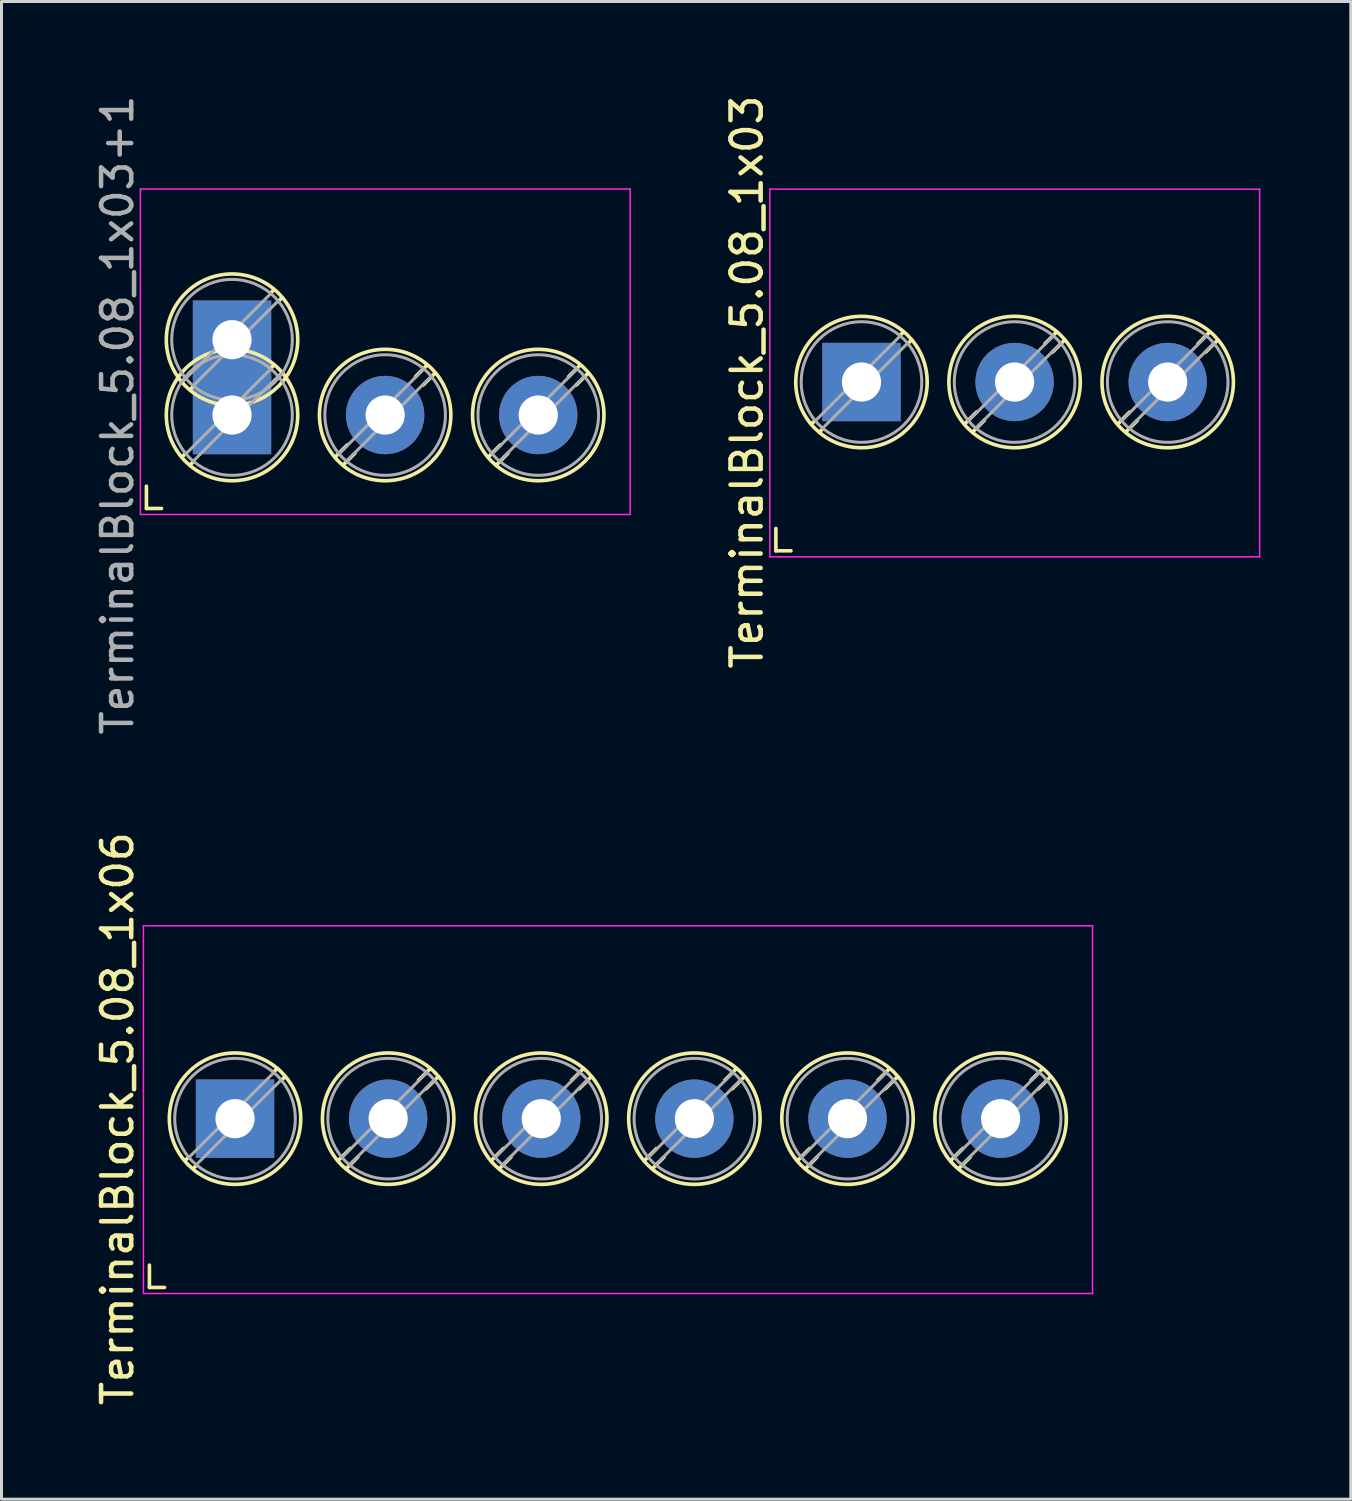
<source format=kicad_pcb>
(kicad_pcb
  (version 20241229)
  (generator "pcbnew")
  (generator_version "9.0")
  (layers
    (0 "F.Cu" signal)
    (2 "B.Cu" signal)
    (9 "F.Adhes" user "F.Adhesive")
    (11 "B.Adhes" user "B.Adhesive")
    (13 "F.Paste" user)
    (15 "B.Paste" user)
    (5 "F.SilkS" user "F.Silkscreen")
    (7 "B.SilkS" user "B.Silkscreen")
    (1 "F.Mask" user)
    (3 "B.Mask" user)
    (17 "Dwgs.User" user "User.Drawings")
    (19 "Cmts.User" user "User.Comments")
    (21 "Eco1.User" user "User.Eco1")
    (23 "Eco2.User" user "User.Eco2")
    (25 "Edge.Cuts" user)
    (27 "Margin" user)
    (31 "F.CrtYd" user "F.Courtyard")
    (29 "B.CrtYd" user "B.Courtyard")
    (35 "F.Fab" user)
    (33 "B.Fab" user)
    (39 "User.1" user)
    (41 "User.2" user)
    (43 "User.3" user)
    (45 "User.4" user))
  (footprint "TerminalBlock_5.08_1x06"
    (layer "F.Cu")
    (at 4.748 34.065)
    (property "Reference" "TerminalBlock_5.08_1x06" (at -3.9 0 90) (layer "F.SilkS") (effects (font (size 1 1) (thickness 0.15))))
    (attr through_hole)
    (fp_line (start -2.84 4.86) (end -2.84 5.6) (stroke (width 0.12) (type solid)) (layer "F.SilkS"))
    (fp_line (start -2.84 5.6) (end -2.34 5.6) (stroke (width 0.12) (type solid)) (layer "F.SilkS"))
    (fp_line (start -1.548 1.281) (end -1.654 1.388) (stroke (width 0.12) (type solid)) (layer "F.SilkS"))
    (fp_line (start -1.282 1.547) (end -1.388 1.654) (stroke (width 0.12) (type solid)) (layer "F.SilkS"))
    (fp_line (start 1.388 -1.654) (end 1.281 -1.547) (stroke (width 0.12) (type solid)) (layer "F.SilkS"))
    (fp_line (start 1.654 -1.388) (end 1.547 -1.281) (stroke (width 0.12) (type solid)) (layer "F.SilkS"))
    (fp_line (start 3.822 0.992) (end 3.427 1.388) (stroke (width 0.12) (type solid)) (layer "F.SilkS"))
    (fp_line (start 4.073 1.274) (end 3.693 1.654) (stroke (width 0.12) (type solid)) (layer "F.SilkS"))
    (fp_line (start 6.468 -1.654) (end 6.088 -1.274) (stroke (width 0.12) (type solid)) (layer "F.SilkS"))
    (fp_line (start 6.734 -1.388) (end 6.339 -0.992) (stroke (width 0.12) (type solid)) (layer "F.SilkS"))
    (fp_line (start 8.902 0.992) (end 8.507 1.388) (stroke (width 0.12) (type solid)) (layer "F.SilkS"))
    (fp_line (start 9.153 1.274) (end 8.773 1.654) (stroke (width 0.12) (type solid)) (layer "F.SilkS"))
    (fp_line (start 11.548 -1.654) (end 11.168 -1.274) (stroke (width 0.12) (type solid)) (layer "F.SilkS"))
    (fp_line (start 11.814 -1.388) (end 11.419 -0.992) (stroke (width 0.12) (type solid)) (layer "F.SilkS"))
    (fp_line (start 13.982 0.992) (end 13.587 1.388) (stroke (width 0.12) (type solid)) (layer "F.SilkS"))
    (fp_line (start 14.233 1.274) (end 13.853 1.654) (stroke (width 0.12) (type solid)) (layer "F.SilkS"))
    (fp_line (start 16.628 -1.654) (end 16.248 -1.274) (stroke (width 0.12) (type solid)) (layer "F.SilkS"))
    (fp_line (start 16.894 -1.388) (end 16.499 -0.992) (stroke (width 0.12) (type solid)) (layer "F.SilkS"))
    (fp_line (start 19.062 0.992) (end 18.667 1.388) (stroke (width 0.12) (type solid)) (layer "F.SilkS"))
    (fp_line (start 19.313 1.274) (end 18.933 1.654) (stroke (width 0.12) (type solid)) (layer "F.SilkS"))
    (fp_line (start 21.708 -1.654) (end 21.328 -1.274) (stroke (width 0.12) (type solid)) (layer "F.SilkS"))
    (fp_line (start 21.974 -1.388) (end 21.579 -0.992) (stroke (width 0.12) (type solid)) (layer "F.SilkS"))
    (fp_line (start 24.142 0.992) (end 23.747 1.388) (stroke (width 0.12) (type solid)) (layer "F.SilkS"))
    (fp_line (start 24.393 1.274) (end 24.013 1.654) (stroke (width 0.12) (type solid)) (layer "F.SilkS"))
    (fp_line (start 26.788 -1.654) (end 26.408 -1.274) (stroke (width 0.12) (type solid)) (layer "F.SilkS"))
    (fp_line (start 27.054 -1.388) (end 26.659 -0.992) (stroke (width 0.12) (type solid)) (layer "F.SilkS"))
    (fp_circle (center 0 0) (end 2.18 0) (stroke (width 0.12) (type solid)) (fill no) (layer "F.SilkS"))
    (fp_circle (center 5.08 0) (end 7.26 0) (stroke (width 0.12) (type solid)) (fill no) (layer "F.SilkS"))
    (fp_circle (center 10.16 0) (end 12.34 0) (stroke (width 0.12) (type solid)) (fill no) (layer "F.SilkS"))
    (fp_circle (center 15.24 0) (end 17.42 0) (stroke (width 0.12) (type solid)) (fill no) (layer "F.SilkS"))
    (fp_circle (center 20.32 0) (end 22.5 0) (stroke (width 0.12) (type solid)) (fill no) (layer "F.SilkS"))
    (fp_circle (center 25.4 0) (end 27.58 0) (stroke (width 0.12) (type solid)) (fill no) (layer "F.SilkS"))
    (fp_line (start -3.04 -6.4) (end -3.04 5.8) (stroke (width 0.05) (type solid)) (layer "F.CrtYd"))
    (fp_line (start -3.04 5.8) (end 28.45 5.8) (stroke (width 0.05) (type solid)) (layer "F.CrtYd"))
    (fp_line (start 28.45 -6.4) (end -3.04 -6.4) (stroke (width 0.05) (type solid)) (layer "F.CrtYd"))
    (fp_line (start 28.45 5.8) (end 28.45 -6.4) (stroke (width 0.05) (type solid)) (layer "F.CrtYd"))
    (fp_line (start 1.273 -1.517) (end -1.517 1.273) (stroke (width 0.1) (type solid)) (layer "F.Fab"))
    (fp_line (start 1.517 -1.273) (end -1.273 1.517) (stroke (width 0.1) (type solid)) (layer "F.Fab"))
    (fp_line (start 6.353 -1.517) (end 3.564 1.273) (stroke (width 0.1) (type solid)) (layer "F.Fab"))
    (fp_line (start 6.597 -1.273) (end 3.808 1.517) (stroke (width 0.1) (type solid)) (layer "F.Fab"))
    (fp_line (start 11.433 -1.517) (end 8.644 1.273) (stroke (width 0.1) (type solid)) (layer "F.Fab"))
    (fp_line (start 11.677 -1.273) (end 8.888 1.517) (stroke (width 0.1) (type solid)) (layer "F.Fab"))
    (fp_line (start 16.513 -1.517) (end 13.724 1.273) (stroke (width 0.1) (type solid)) (layer "F.Fab"))
    (fp_line (start 16.757 -1.273) (end 13.968 1.517) (stroke (width 0.1) (type solid)) (layer "F.Fab"))
    (fp_line (start 21.593 -1.517) (end 18.804 1.273) (stroke (width 0.1) (type solid)) (layer "F.Fab"))
    (fp_line (start 21.837 -1.273) (end 19.048 1.517) (stroke (width 0.1) (type solid)) (layer "F.Fab"))
    (fp_line (start 26.673 -1.517) (end 23.884 1.273) (stroke (width 0.1) (type solid)) (layer "F.Fab"))
    (fp_line (start 26.917 -1.273) (end 24.128 1.517) (stroke (width 0.1) (type solid)) (layer "F.Fab"))
    (fp_circle (center 0 0) (end 2 0) (stroke (width 0.1) (type solid)) (fill no) (layer "F.Fab"))
    (fp_circle (center 5.08 0) (end 7.08 0) (stroke (width 0.1) (type solid)) (fill no) (layer "F.Fab"))
    (fp_circle (center 10.16 0) (end 12.16 0) (stroke (width 0.1) (type solid)) (fill no) (layer "F.Fab"))
    (fp_circle (center 15.24 0) (end 17.24 0) (stroke (width 0.1) (type solid)) (fill no) (layer "F.Fab"))
    (fp_circle (center 20.32 0) (end 22.32 0) (stroke (width 0.1) (type solid)) (fill no) (layer "F.Fab"))
    (fp_circle (center 25.4 0) (end 27.4 0) (stroke (width 0.1) (type solid)) (fill no) (layer "F.Fab"))
    (pad "1" thru_hole rect (at 0 0) (size 2.6 2.6) (drill 1.3) (layers "*.Cu" "*.Mask"))
    (pad "2" thru_hole circle (at 5.08 0) (size 2.6 2.6) (drill 1.3) (layers "*.Cu" "*.Mask"))
    (pad "3" thru_hole circle (at 10.16 0) (size 2.6 2.6) (drill 1.3) (layers "*.Cu" "*.Mask"))
    (pad "4" thru_hole circle (at 15.24 0) (size 2.6 2.6) (drill 1.3) (layers "*.Cu" "*.Mask"))
    (pad "5" thru_hole circle (at 20.32 0) (size 2.6 2.6) (drill 1.3) (layers "*.Cu" "*.Mask"))
    (pad "6" thru_hole circle (at 25.4 0) (size 2.6 2.6) (drill 1.3) (layers "*.Cu" "*.Mask")))
  (footprint "TerminalBlock_5.08_1x03"
    (layer "F.Cu")
    (at 25.532 9.625)
    (property "Reference" "TerminalBlock_5.08_1x03" (at -3.8 0 90) (layer "F.SilkS") (effects (font (size 1 1) (thickness 0.15))))
    (attr through_hole)
    (fp_line (start -2.84 4.86) (end -2.84 5.6) (stroke (width 0.12) (type solid)) (layer "F.SilkS"))
    (fp_line (start -2.84 5.6) (end -2.34 5.6) (stroke (width 0.12) (type solid)) (layer "F.SilkS"))
    (fp_line (start -1.548 1.281) (end -1.654 1.388) (stroke (width 0.12) (type solid)) (layer "F.SilkS"))
    (fp_line (start -1.282 1.547) (end -1.388 1.654) (stroke (width 0.12) (type solid)) (layer "F.SilkS"))
    (fp_line (start 1.388 -1.654) (end 1.281 -1.547) (stroke (width 0.12) (type solid)) (layer "F.SilkS"))
    (fp_line (start 1.654 -1.388) (end 1.547 -1.281) (stroke (width 0.12) (type solid)) (layer "F.SilkS"))
    (fp_line (start 3.822 0.992) (end 3.427 1.388) (stroke (width 0.12) (type solid)) (layer "F.SilkS"))
    (fp_line (start 4.073 1.274) (end 3.693 1.654) (stroke (width 0.12) (type solid)) (layer "F.SilkS"))
    (fp_line (start 6.468 -1.654) (end 6.088 -1.274) (stroke (width 0.12) (type solid)) (layer "F.SilkS"))
    (fp_line (start 6.734 -1.388) (end 6.339 -0.992) (stroke (width 0.12) (type solid)) (layer "F.SilkS"))
    (fp_line (start 8.902 0.992) (end 8.507 1.388) (stroke (width 0.12) (type solid)) (layer "F.SilkS"))
    (fp_line (start 9.153 1.274) (end 8.773 1.654) (stroke (width 0.12) (type solid)) (layer "F.SilkS"))
    (fp_line (start 11.548 -1.654) (end 11.168 -1.274) (stroke (width 0.12) (type solid)) (layer "F.SilkS"))
    (fp_line (start 11.814 -1.388) (end 11.419 -0.992) (stroke (width 0.12) (type solid)) (layer "F.SilkS"))
    (fp_circle (center 0 0) (end 2.18 0) (stroke (width 0.12) (type solid)) (fill no) (layer "F.SilkS"))
    (fp_circle (center 5.08 0) (end 7.26 0) (stroke (width 0.12) (type solid)) (fill no) (layer "F.SilkS"))
    (fp_circle (center 10.16 0) (end 12.34 0) (stroke (width 0.12) (type solid)) (fill no) (layer "F.SilkS"))
    (fp_line (start -3.04 -6.4) (end -3.04 5.8) (stroke (width 0.05) (type solid)) (layer "F.CrtYd"))
    (fp_line (start -3.04 5.8) (end 13.21 5.8) (stroke (width 0.05) (type solid)) (layer "F.CrtYd"))
    (fp_line (start 13.21 -6.4) (end -3.04 -6.4) (stroke (width 0.05) (type solid)) (layer "F.CrtYd"))
    (fp_line (start 13.21 5.8) (end 13.21 -6.4) (stroke (width 0.05) (type solid)) (layer "F.CrtYd"))
    (fp_line (start 1.273 -1.517) (end -1.517 1.273) (stroke (width 0.1) (type solid)) (layer "F.Fab"))
    (fp_line (start 1.517 -1.273) (end -1.273 1.517) (stroke (width 0.1) (type solid)) (layer "F.Fab"))
    (fp_line (start 6.353 -1.517) (end 3.564 1.273) (stroke (width 0.1) (type solid)) (layer "F.Fab"))
    (fp_line (start 6.597 -1.273) (end 3.808 1.517) (stroke (width 0.1) (type solid)) (layer "F.Fab"))
    (fp_line (start 11.433 -1.517) (end 8.644 1.273) (stroke (width 0.1) (type solid)) (layer "F.Fab"))
    (fp_line (start 11.677 -1.273) (end 8.888 1.517) (stroke (width 0.1) (type solid)) (layer "F.Fab"))
    (fp_circle (center 0 0) (end 2 0) (stroke (width 0.1) (type solid)) (fill no) (layer "F.Fab"))
    (fp_circle (center 5.08 0) (end 7.08 0) (stroke (width 0.1) (type solid)) (fill no) (layer "F.Fab"))
    (fp_circle (center 10.16 0) (end 12.16 0) (stroke (width 0.1) (type solid)) (fill no) (layer "F.Fab"))
    (pad "1" thru_hole rect (at 0 0) (size 2.6 2.6) (drill 1.3) (layers "*.Cu" "*.Mask"))
    (pad "2" thru_hole circle (at 5.08 0) (size 2.6 2.6) (drill 1.3) (layers "*.Cu" "*.Mask"))
    (pad "3" thru_hole circle (at 10.16 0) (size 2.6 2.6) (drill 1.3) (layers "*.Cu" "*.Mask")))
  (footprint "TerminalBlock_5.08_1x03+1"
    (layer "F.Cu")
    (at 4.648 10.72)
    (property "Reference" "TerminalBlock_5.08_1x03+1" (at -3.8 0 90) (layer "F.Fab") (effects (font (size 1 1) (thickness 0.15))))
    (attr through_hole)
    (fp_line (start -2.84 2.36) (end -2.84 3.1) (stroke (width 0.12) (type solid)) (layer "F.SilkS"))
    (fp_line (start -2.84 3.1) (end -2.34 3.1) (stroke (width 0.12) (type solid)) (layer "F.SilkS"))
    (fp_line (start -1.548 -1.219) (end -1.654 -1.112) (stroke (width 0.12) (type solid)) (layer "F.SilkS"))
    (fp_line (start -1.548 1.281) (end -1.654 1.388) (stroke (width 0.12) (type solid)) (layer "F.SilkS"))
    (fp_line (start -1.282 -0.953) (end -1.388 -0.846) (stroke (width 0.12) (type solid)) (layer "F.SilkS"))
    (fp_line (start -1.282 1.547) (end -1.388 1.654) (stroke (width 0.12) (type solid)) (layer "F.SilkS"))
    (fp_line (start 1.388 -4.154) (end 1.281 -4.047) (stroke (width 0.12) (type solid)) (layer "F.SilkS"))
    (fp_line (start 1.388 -1.654) (end 1.281 -1.547) (stroke (width 0.12) (type solid)) (layer "F.SilkS"))
    (fp_line (start 1.654 -3.888) (end 1.547 -3.781) (stroke (width 0.12) (type solid)) (layer "F.SilkS"))
    (fp_line (start 1.654 -1.388) (end 1.547 -1.281) (stroke (width 0.12) (type solid)) (layer "F.SilkS"))
    (fp_line (start 3.822 0.992) (end 3.427 1.388) (stroke (width 0.12) (type solid)) (layer "F.SilkS"))
    (fp_line (start 4.073 1.274) (end 3.693 1.654) (stroke (width 0.12) (type solid)) (layer "F.SilkS"))
    (fp_line (start 6.468 -1.654) (end 6.088 -1.274) (stroke (width 0.12) (type solid)) (layer "F.SilkS"))
    (fp_line (start 6.734 -1.388) (end 6.339 -0.992) (stroke (width 0.12) (type solid)) (layer "F.SilkS"))
    (fp_line (start 8.902 0.992) (end 8.507 1.388) (stroke (width 0.12) (type solid)) (layer "F.SilkS"))
    (fp_line (start 9.153 1.274) (end 8.773 1.654) (stroke (width 0.12) (type solid)) (layer "F.SilkS"))
    (fp_line (start 11.548 -1.654) (end 11.168 -1.274) (stroke (width 0.12) (type solid)) (layer "F.SilkS"))
    (fp_line (start 11.814 -1.388) (end 11.419 -0.992) (stroke (width 0.12) (type solid)) (layer "F.SilkS"))
    (fp_circle (center 0 -2.5) (end 2.18 -2.5) (stroke (width 0.12) (type solid)) (fill no) (layer "F.SilkS"))
    (fp_circle (center 0 0) (end 2.18 0) (stroke (width 0.12) (type solid)) (fill no) (layer "F.SilkS"))
    (fp_circle (center 5.08 0) (end 7.26 0) (stroke (width 0.12) (type solid)) (fill no) (layer "F.SilkS"))
    (fp_circle (center 10.16 0) (end 12.34 0) (stroke (width 0.12) (type solid)) (fill no) (layer "F.SilkS"))
    (fp_line (start -3.04 -7.5) (end -3.04 3.3) (stroke (width 0.05) (type solid)) (layer "F.CrtYd"))
    (fp_line (start -3.04 3.3) (end 13.21 3.3) (stroke (width 0.05) (type solid)) (layer "F.CrtYd"))
    (fp_line (start 13.21 -7.5) (end -3.04 -7.5) (stroke (width 0.05) (type solid)) (layer "F.CrtYd"))
    (fp_line (start 13.21 3.3) (end 13.21 -7.5) (stroke (width 0.05) (type solid)) (layer "F.CrtYd"))
    (fp_line (start 1.273 -4.017) (end -1.517 -1.227) (stroke (width 0.1) (type solid)) (layer "F.Fab"))
    (fp_line (start 1.273 -1.517) (end -1.517 1.273) (stroke (width 0.1) (type solid)) (layer "F.Fab"))
    (fp_line (start 1.517 -3.773) (end -1.273 -0.983) (stroke (width 0.1) (type solid)) (layer "F.Fab"))
    (fp_line (start 1.517 -1.273) (end -1.273 1.517) (stroke (width 0.1) (type solid)) (layer "F.Fab"))
    (fp_line (start 6.353 -1.517) (end 3.564 1.273) (stroke (width 0.1) (type solid)) (layer "F.Fab"))
    (fp_line (start 6.597 -1.273) (end 3.808 1.517) (stroke (width 0.1) (type solid)) (layer "F.Fab"))
    (fp_line (start 11.433 -1.517) (end 8.644 1.273) (stroke (width 0.1) (type solid)) (layer "F.Fab"))
    (fp_line (start 11.677 -1.273) (end 8.888 1.517) (stroke (width 0.1) (type solid)) (layer "F.Fab"))
    (fp_circle (center 0 -2.5) (end 2 -2.5) (stroke (width 0.1) (type solid)) (fill no) (layer "F.Fab"))
    (fp_circle (center 0 0) (end 2 0) (stroke (width 0.1) (type solid)) (fill no) (layer "F.Fab"))
    (fp_circle (center 5.08 0) (end 7.08 0) (stroke (width 0.1) (type solid)) (fill no) (layer "F.Fab"))
    (fp_circle (center 10.16 0) (end 12.16 0) (stroke (width 0.1) (type solid)) (fill no) (layer "F.Fab"))
    (pad "1" thru_hole rect (at 0 -2.5) (size 2.6 2.6) (drill 1.3) (layers "*.Cu" "*.Mask"))
    (pad "1" thru_hole rect (at 0 0) (size 2.6 2.6) (drill 1.3) (layers "*.Cu" "*.Mask"))
    (pad "2" thru_hole circle (at 5.08 0) (size 2.6 2.6) (drill 1.3) (layers "*.Cu" "*.Mask"))
    (pad "3" thru_hole circle (at 10.16 0) (size 2.6 2.6) (drill 1.3) (layers "*.Cu" "*.Mask")))
  (gr_rect
    (start -3 -3)
    (end 41.767 46.69)
    (stroke (width 0.1) (type default))
    (fill no)
    (layer "Edge.Cuts")))
</source>
